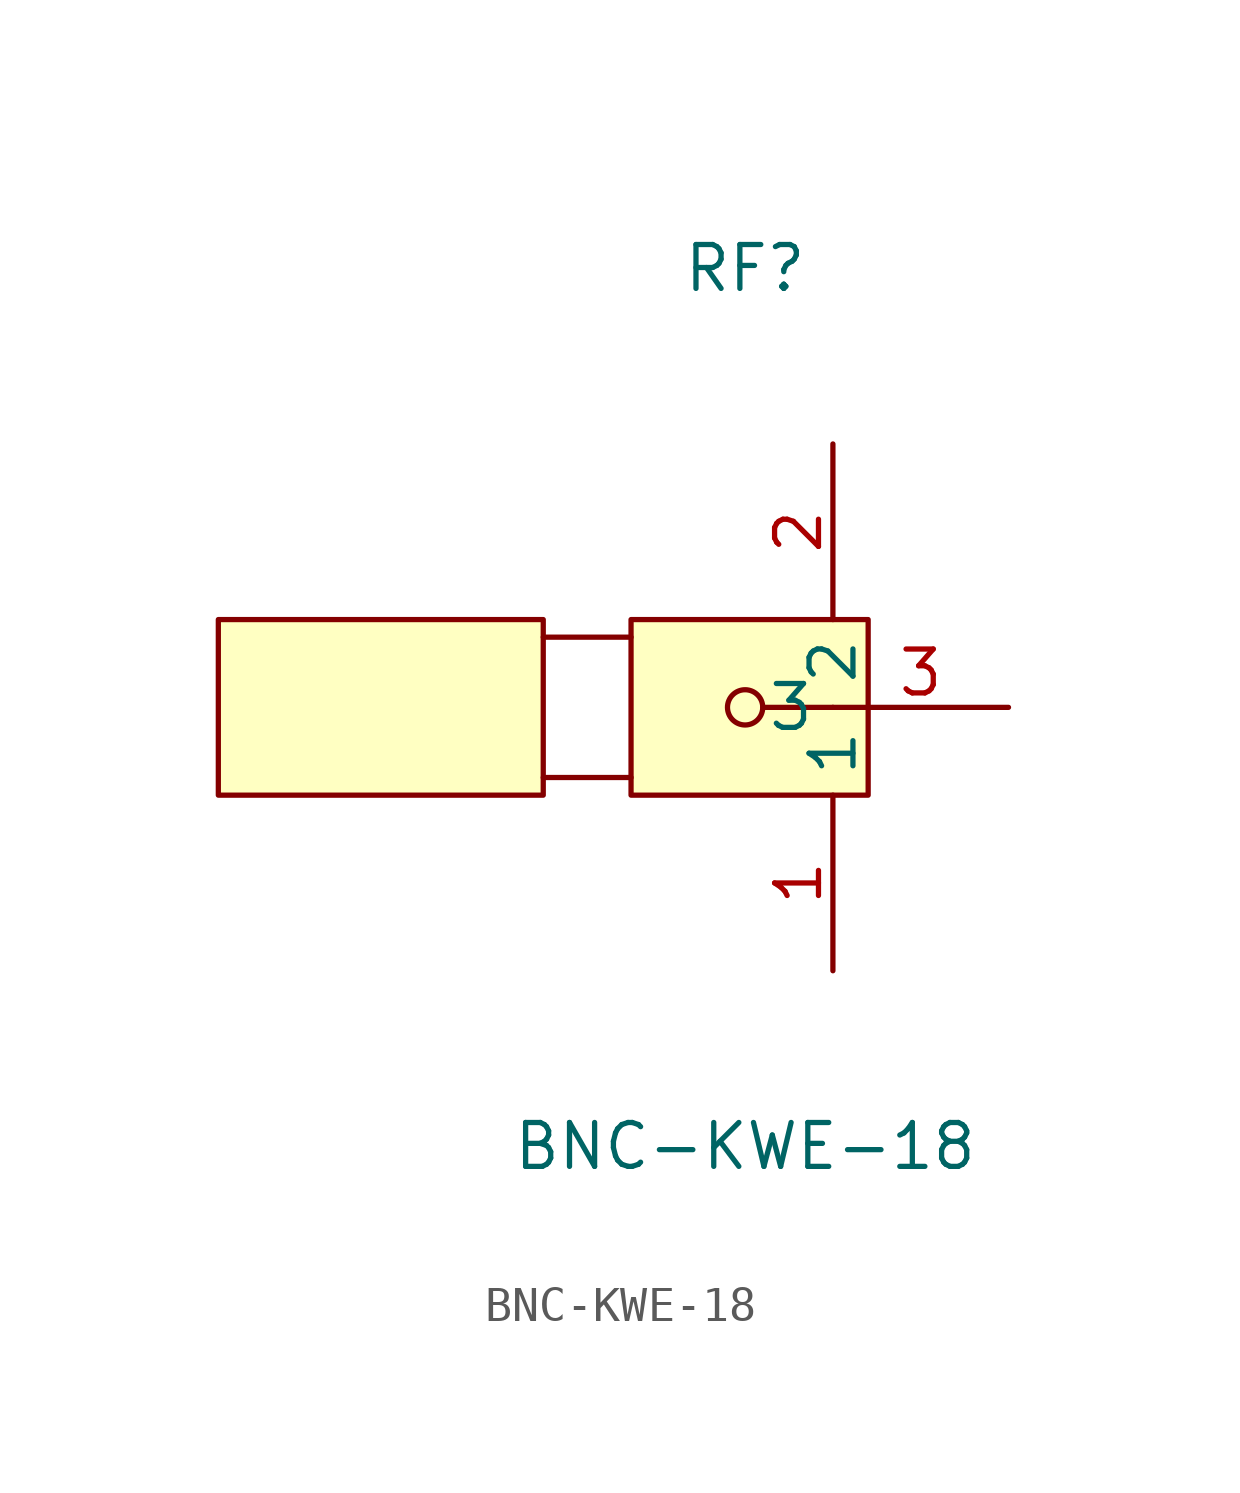
<source format=kicad_sym>
(kicad_symbol_lib
  (version 20241209)
  (generator "kicad_symbol_editor")
  (generator_version "9.0")
  (symbol "BNC-KWE-18"
    (property "Reference" "RF"
      (at 0 12.7 0)
      (effects (font (size 1.27 1.27))))
    (property "Value" "BNC-KWE-18"
      (at 0 -12.7 0)
      (effects (font (size 1.27 1.27))))
    (symbol "BNC-KWE-18_0_1"
      (rectangle (start -15.24 2.54) (end -5.84 -2.54) (stroke (width 0) (type default)) (fill (type background)))
      (polyline (pts (xy -5.84 2.03) (xy -3.3 2.03)) (stroke (width 0) (type default)) (fill (type none)))
      (polyline (pts (xy -5.84 -2.03) (xy -3.3 -2.03)) (stroke (width 0) (type default)) (fill (type none)))
      (rectangle (start -3.3 2.54) (end 3.56 -2.54) (stroke (width 0) (type default)) (fill (type background)))
      (circle (center 0 0) (radius 0.51) (stroke (width 0) (type default)) (fill (type none)))
      (polyline (pts (xy 0.51 0) (xy 2.54 0)) (stroke (width 0) (type default)) (fill (type none)))
      (pin unspecified line (at 2.54 7.62 270) (length 5.08) (name "2" (effects (font (size 1.27 1.27)))) (number "2" (effects (font (size 1.27 1.27)))))
      (pin unspecified line (at 2.54 -7.62 90) (length 5.08) (name "1" (effects (font (size 1.27 1.27)))) (number "1" (effects (font (size 1.27 1.27)))))
      (pin unspecified line (at 7.62 0 180) (length 5.08) (name "3" (effects (font (size 1.27 1.27)))) (number "3" (effects (font (size 1.27 1.27))))))))
</source>
